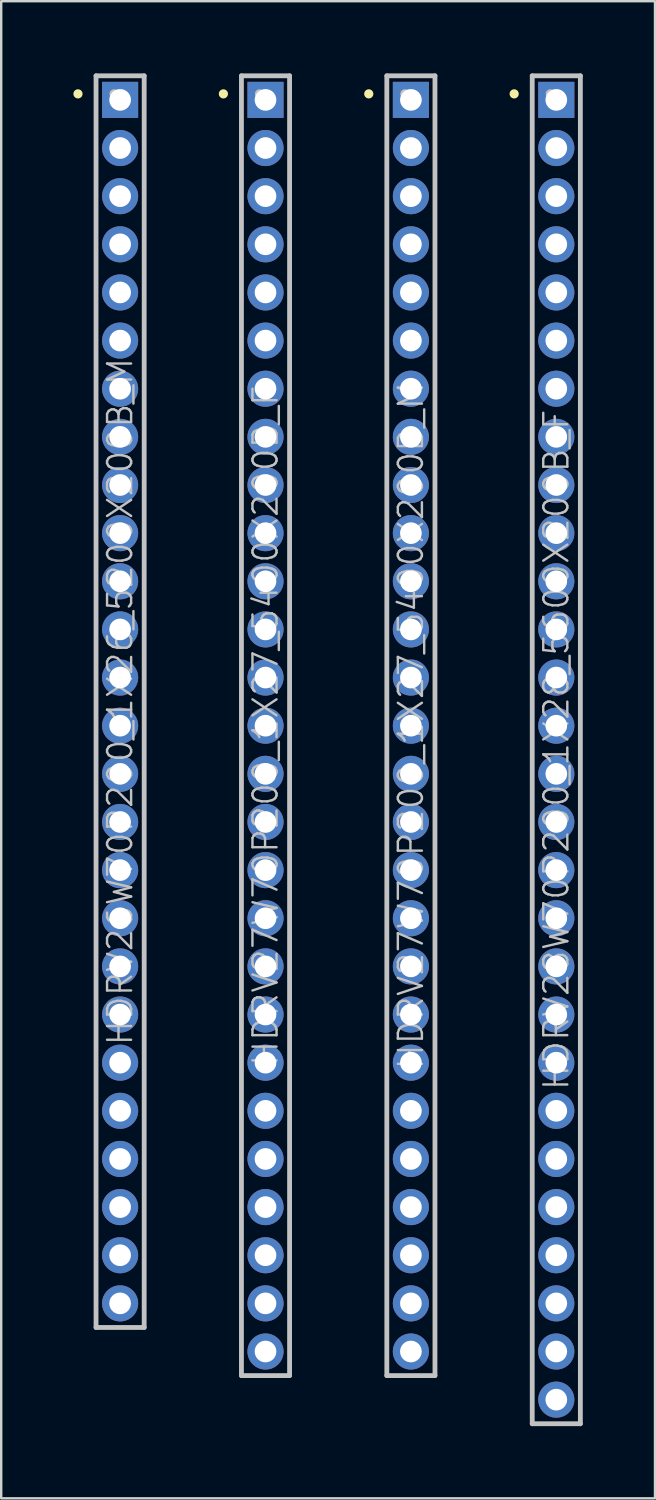
<source format=kicad_pcb>
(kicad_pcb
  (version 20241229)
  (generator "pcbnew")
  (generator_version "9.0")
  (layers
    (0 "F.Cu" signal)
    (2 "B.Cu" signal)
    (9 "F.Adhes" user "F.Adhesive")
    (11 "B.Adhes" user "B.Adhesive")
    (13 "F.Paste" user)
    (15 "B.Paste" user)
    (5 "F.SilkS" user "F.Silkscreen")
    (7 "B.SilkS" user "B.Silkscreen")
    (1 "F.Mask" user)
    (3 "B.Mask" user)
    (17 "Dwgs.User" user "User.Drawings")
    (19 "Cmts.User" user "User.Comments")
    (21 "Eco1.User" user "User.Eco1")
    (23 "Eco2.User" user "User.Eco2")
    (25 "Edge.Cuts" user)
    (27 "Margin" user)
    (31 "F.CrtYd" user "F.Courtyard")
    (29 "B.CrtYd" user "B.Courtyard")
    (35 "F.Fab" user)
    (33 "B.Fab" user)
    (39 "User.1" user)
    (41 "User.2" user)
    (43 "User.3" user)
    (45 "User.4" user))
  (footprint "HDRV28W70P200_1X28_5600X200B_F"
    (layer "F.Cu")
    (at 20.062 28.1)
    (property "Reference" "HDRV28W70P200_1X28_5600X200B_F" (at 0 0 90) (layer "Dwgs.User") (effects (font (size 1 1) (thickness 0.1))))
    (attr through_hole)
    (fp_line (start -1.75 -27.25) (end -1.75 -27.25) (stroke (width 0.381) (type solid)) (layer "F.SilkS"))
    (fp_line (start -1 -28) (end -1 28) (stroke (width 0.2) (type solid)) (layer "Dwgs.User"))
    (fp_line (start -1 -28) (end 1 -28) (stroke (width 0.2) (type solid)) (layer "Dwgs.User"))
    (fp_line (start -1 28) (end 1 28) (stroke (width 0.2) (type solid)) (layer "Dwgs.User"))
    (fp_line (start -0.25 -27.25) (end -0.25 -27.25) (stroke (width 0.381) (type solid)) (layer "Dwgs.User"))
    (fp_line (start 1 -28) (end 1 28) (stroke (width 0.2) (type solid)) (layer "Dwgs.User"))
    (pad "1" thru_hole rect (at 0 -27) (size 1.5 1.5) (drill 0.9) (layers "*.Cu" "*.Mask"))
    (pad "2" thru_hole circle (at 0 -25 270) (size 1.5 1.5) (drill 0.9) (layers "*.Cu" "*.Mask"))
    (pad "3" thru_hole circle (at 0 -23 270) (size 1.5 1.5) (drill 0.9) (layers "*.Cu" "*.Mask"))
    (pad "4" thru_hole circle (at 0 -21 270) (size 1.5 1.5) (drill 0.9) (layers "*.Cu" "*.Mask"))
    (pad "5" thru_hole circle (at 0 -19 270) (size 1.5 1.5) (drill 0.9) (layers "*.Cu" "*.Mask"))
    (pad "6" thru_hole circle (at 0 -17 270) (size 1.5 1.5) (drill 0.9) (layers "*.Cu" "*.Mask"))
    (pad "7" thru_hole circle (at 0 -15 270) (size 1.5 1.5) (drill 0.9) (layers "*.Cu" "*.Mask"))
    (pad "8" thru_hole circle (at 0 -13 270) (size 1.5 1.5) (drill 0.9) (layers "*.Cu" "*.Mask"))
    (pad "9" thru_hole circle (at 0 -11 270) (size 1.5 1.5) (drill 0.9) (layers "*.Cu" "*.Mask"))
    (pad "10" thru_hole circle (at 0 -9 270) (size 1.5 1.5) (drill 0.9) (layers "*.Cu" "*.Mask"))
    (pad "11" thru_hole circle (at 0 -7 270) (size 1.5 1.5) (drill 0.9) (layers "*.Cu" "*.Mask"))
    (pad "12" thru_hole circle (at 0 -5 270) (size 1.5 1.5) (drill 0.9) (layers "*.Cu" "*.Mask"))
    (pad "13" thru_hole circle (at 0 -3 270) (size 1.5 1.5) (drill 0.9) (layers "*.Cu" "*.Mask"))
    (pad "14" thru_hole circle (at 0 -1 270) (size 1.5 1.5) (drill 0.9) (layers "*.Cu" "*.Mask"))
    (pad "15" thru_hole circle (at 0 1 270) (size 1.5 1.5) (drill 0.9) (layers "*.Cu" "*.Mask"))
    (pad "16" thru_hole circle (at 0 3 270) (size 1.5 1.5) (drill 0.9) (layers "*.Cu" "*.Mask"))
    (pad "17" thru_hole circle (at 0 5 270) (size 1.5 1.5) (drill 0.9) (layers "*.Cu" "*.Mask"))
    (pad "18" thru_hole circle (at 0 7 270) (size 1.5 1.5) (drill 0.9) (layers "*.Cu" "*.Mask"))
    (pad "19" thru_hole circle (at 0 9 270) (size 1.5 1.5) (drill 0.9) (layers "*.Cu" "*.Mask"))
    (pad "20" thru_hole circle (at 0 11 270) (size 1.5 1.5) (drill 0.9) (layers "*.Cu" "*.Mask"))
    (pad "21" thru_hole circle (at 0 13 270) (size 1.5 1.5) (drill 0.9) (layers "*.Cu" "*.Mask"))
    (pad "22" thru_hole circle (at 0 15 270) (size 1.5 1.5) (drill 0.9) (layers "*.Cu" "*.Mask"))
    (pad "23" thru_hole circle (at 0 17 270) (size 1.5 1.5) (drill 0.9) (layers "*.Cu" "*.Mask"))
    (pad "24" thru_hole circle (at 0 19 270) (size 1.5 1.5) (drill 0.9) (layers "*.Cu" "*.Mask"))
    (pad "25" thru_hole circle (at 0 21 270) (size 1.5 1.5) (drill 0.9) (layers "*.Cu" "*.Mask"))
    (pad "26" thru_hole circle (at 0 23 270) (size 1.5 1.5) (drill 0.9) (layers "*.Cu" "*.Mask"))
    (pad "27" thru_hole circle (at 0 25 270) (size 1.5 1.5) (drill 0.9) (layers "*.Cu" "*.Mask"))
    (pad "28" thru_hole circle (at 0 27 270) (size 1.5 1.5) (drill 0.9) (layers "*.Cu" "*.Mask")))
  (footprint "HDRV26W70P200_1X26_5200X200B_M"
    (layer "F.Cu")
    (at 1.94 26.1)
    (property "Reference" "HDRV26W70P200_1X26_5200X200B_M" (at 0 0 90) (layer "Dwgs.User") (effects (font (size 1 1) (thickness 0.1))))
    (attr through_hole)
    (fp_line (start -1.75 -25.25) (end -1.75 -25.25) (stroke (width 0.381) (type solid)) (layer "F.SilkS"))
    (fp_line (start -1 -26) (end -1 26) (stroke (width 0.2) (type solid)) (layer "Dwgs.User"))
    (fp_line (start -1 -26) (end 1 -26) (stroke (width 0.2) (type solid)) (layer "Dwgs.User"))
    (fp_line (start -1 26) (end 1 26) (stroke (width 0.2) (type solid)) (layer "Dwgs.User"))
    (fp_line (start -0.25 -25.25) (end -0.25 -25.25) (stroke (width 0.381) (type solid)) (layer "Dwgs.User"))
    (fp_line (start 1 -26) (end 1 26) (stroke (width 0.2) (type solid)) (layer "Dwgs.User"))
    (pad "1" thru_hole rect (at 0 -25) (size 1.5 1.5) (drill 0.9) (layers "*.Cu" "*.Mask"))
    (pad "2" thru_hole circle (at 0 -23 270) (size 1.5 1.5) (drill 0.9) (layers "*.Cu" "*.Mask"))
    (pad "3" thru_hole circle (at 0 -21 270) (size 1.5 1.5) (drill 0.9) (layers "*.Cu" "*.Mask"))
    (pad "4" thru_hole circle (at 0 -19 270) (size 1.5 1.5) (drill 0.9) (layers "*.Cu" "*.Mask"))
    (pad "5" thru_hole circle (at 0 -17 270) (size 1.5 1.5) (drill 0.9) (layers "*.Cu" "*.Mask"))
    (pad "6" thru_hole circle (at 0 -15 270) (size 1.5 1.5) (drill 0.9) (layers "*.Cu" "*.Mask"))
    (pad "7" thru_hole circle (at 0 -13 270) (size 1.5 1.5) (drill 0.9) (layers "*.Cu" "*.Mask"))
    (pad "8" thru_hole circle (at 0 -11 270) (size 1.5 1.5) (drill 0.9) (layers "*.Cu" "*.Mask"))
    (pad "9" thru_hole circle (at 0 -9 270) (size 1.5 1.5) (drill 0.9) (layers "*.Cu" "*.Mask"))
    (pad "10" thru_hole circle (at 0 -7 270) (size 1.5 1.5) (drill 0.9) (layers "*.Cu" "*.Mask"))
    (pad "11" thru_hole circle (at 0 -5 270) (size 1.5 1.5) (drill 0.9) (layers "*.Cu" "*.Mask"))
    (pad "12" thru_hole circle (at 0 -3 270) (size 1.5 1.5) (drill 0.9) (layers "*.Cu" "*.Mask"))
    (pad "13" thru_hole circle (at 0 -1 270) (size 1.5 1.5) (drill 0.9) (layers "*.Cu" "*.Mask"))
    (pad "14" thru_hole circle (at 0 1 270) (size 1.5 1.5) (drill 0.9) (layers "*.Cu" "*.Mask"))
    (pad "15" thru_hole circle (at 0 3 270) (size 1.5 1.5) (drill 0.9) (layers "*.Cu" "*.Mask"))
    (pad "16" thru_hole circle (at 0 5 270) (size 1.5 1.5) (drill 0.9) (layers "*.Cu" "*.Mask"))
    (pad "17" thru_hole circle (at 0 7 270) (size 1.5 1.5) (drill 0.9) (layers "*.Cu" "*.Mask"))
    (pad "18" thru_hole circle (at 0 9 270) (size 1.5 1.5) (drill 0.9) (layers "*.Cu" "*.Mask"))
    (pad "19" thru_hole circle (at 0 11 270) (size 1.5 1.5) (drill 0.9) (layers "*.Cu" "*.Mask"))
    (pad "20" thru_hole circle (at 0 13 270) (size 1.5 1.5) (drill 0.9) (layers "*.Cu" "*.Mask"))
    (pad "21" thru_hole circle (at 0 15 270) (size 1.5 1.5) (drill 0.9) (layers "*.Cu" "*.Mask"))
    (pad "22" thru_hole circle (at 0 17 270) (size 1.5 1.5) (drill 0.9) (layers "*.Cu" "*.Mask"))
    (pad "23" thru_hole circle (at 0 19 270) (size 1.5 1.5) (drill 0.9) (layers "*.Cu" "*.Mask"))
    (pad "24" thru_hole circle (at 0 21 270) (size 1.5 1.5) (drill 0.9) (layers "*.Cu" "*.Mask"))
    (pad "25" thru_hole circle (at 0 23 270) (size 1.5 1.5) (drill 0.9) (layers "*.Cu" "*.Mask"))
    (pad "26" thru_hole circle (at 0 25 270) (size 1.5 1.5) (drill 0.9) (layers "*.Cu" "*.Mask")))
  (footprint "HDRV27W70P200_1X27_5400X200B_M"
    (layer "F.Cu")
    (at 14.021 27.1)
    (property "Reference" "HDRV27W70P200_1X27_5400X200B_M" (at 0 0 90) (layer "Dwgs.User") (effects (font (size 1 1) (thickness 0.1))))
    (attr through_hole)
    (fp_line (start -1.75 -26.25) (end -1.75 -26.25) (stroke (width 0.381) (type solid)) (layer "F.SilkS"))
    (fp_line (start -1 -27) (end -1 27) (stroke (width 0.2) (type solid)) (layer "Dwgs.User"))
    (fp_line (start -1 -27) (end 1 -27) (stroke (width 0.2) (type solid)) (layer "Dwgs.User"))
    (fp_line (start -1 27) (end 1 27) (stroke (width 0.2) (type solid)) (layer "Dwgs.User"))
    (fp_line (start -0.25 -26.25) (end -0.25 -26.25) (stroke (width 0.381) (type solid)) (layer "Dwgs.User"))
    (fp_line (start 1 -27) (end 1 27) (stroke (width 0.2) (type solid)) (layer "Dwgs.User"))
    (pad "1" thru_hole rect (at 0 -26) (size 1.5 1.5) (drill 0.9) (layers "*.Cu" "*.Mask"))
    (pad "2" thru_hole circle (at 0 -24 270) (size 1.5 1.5) (drill 0.9) (layers "*.Cu" "*.Mask"))
    (pad "3" thru_hole circle (at 0 -22 270) (size 1.5 1.5) (drill 0.9) (layers "*.Cu" "*.Mask"))
    (pad "4" thru_hole circle (at 0 -20 270) (size 1.5 1.5) (drill 0.9) (layers "*.Cu" "*.Mask"))
    (pad "5" thru_hole circle (at 0 -18 270) (size 1.5 1.5) (drill 0.9) (layers "*.Cu" "*.Mask"))
    (pad "6" thru_hole circle (at 0 -16 270) (size 1.5 1.5) (drill 0.9) (layers "*.Cu" "*.Mask"))
    (pad "7" thru_hole circle (at 0 -14 270) (size 1.5 1.5) (drill 0.9) (layers "*.Cu" "*.Mask"))
    (pad "8" thru_hole circle (at 0 -12 270) (size 1.5 1.5) (drill 0.9) (layers "*.Cu" "*.Mask"))
    (pad "9" thru_hole circle (at 0 -10 270) (size 1.5 1.5) (drill 0.9) (layers "*.Cu" "*.Mask"))
    (pad "10" thru_hole circle (at 0 -8 270) (size 1.5 1.5) (drill 0.9) (layers "*.Cu" "*.Mask"))
    (pad "11" thru_hole circle (at 0 -6 270) (size 1.5 1.5) (drill 0.9) (layers "*.Cu" "*.Mask"))
    (pad "12" thru_hole circle (at 0 -4 270) (size 1.5 1.5) (drill 0.9) (layers "*.Cu" "*.Mask"))
    (pad "13" thru_hole circle (at 0 -2 270) (size 1.5 1.5) (drill 0.9) (layers "*.Cu" "*.Mask"))
    (pad "14" thru_hole circle (at 0 0 270) (size 1.5 1.5) (drill 0.9) (layers "*.Cu" "*.Mask"))
    (pad "15" thru_hole circle (at 0 2 270) (size 1.5 1.5) (drill 0.9) (layers "*.Cu" "*.Mask"))
    (pad "16" thru_hole circle (at 0 4 270) (size 1.5 1.5) (drill 0.9) (layers "*.Cu" "*.Mask"))
    (pad "17" thru_hole circle (at 0 6 270) (size 1.5 1.5) (drill 0.9) (layers "*.Cu" "*.Mask"))
    (pad "18" thru_hole circle (at 0 8 270) (size 1.5 1.5) (drill 0.9) (layers "*.Cu" "*.Mask"))
    (pad "19" thru_hole circle (at 0 10 270) (size 1.5 1.5) (drill 0.9) (layers "*.Cu" "*.Mask"))
    (pad "20" thru_hole circle (at 0 12 270) (size 1.5 1.5) (drill 0.9) (layers "*.Cu" "*.Mask"))
    (pad "21" thru_hole circle (at 0 14 270) (size 1.5 1.5) (drill 0.9) (layers "*.Cu" "*.Mask"))
    (pad "22" thru_hole circle (at 0 16 270) (size 1.5 1.5) (drill 0.9) (layers "*.Cu" "*.Mask"))
    (pad "23" thru_hole circle (at 0 18 270) (size 1.5 1.5) (drill 0.9) (layers "*.Cu" "*.Mask"))
    (pad "24" thru_hole circle (at 0 20 270) (size 1.5 1.5) (drill 0.9) (layers "*.Cu" "*.Mask"))
    (pad "25" thru_hole circle (at 0 22 270) (size 1.5 1.5) (drill 0.9) (layers "*.Cu" "*.Mask"))
    (pad "26" thru_hole circle (at 0 24 270) (size 1.5 1.5) (drill 0.9) (layers "*.Cu" "*.Mask"))
    (pad "27" thru_hole circle (at 0 26 270) (size 1.5 1.5) (drill 0.9) (layers "*.Cu" "*.Mask")))
  (footprint "HDRV27W70P200_1X27_5400X200B_F"
    (layer "F.Cu")
    (at 7.981 27.1)
    (property "Reference" "HDRV27W70P200_1X27_5400X200B_F" (at 0 0 90) (layer "Dwgs.User") (effects (font (size 1 1) (thickness 0.1))))
    (attr through_hole)
    (fp_line (start -1.75 -26.25) (end -1.75 -26.25) (stroke (width 0.381) (type solid)) (layer "F.SilkS"))
    (fp_line (start -1 -27) (end -1 27) (stroke (width 0.2) (type solid)) (layer "Dwgs.User"))
    (fp_line (start -1 -27) (end 1 -27) (stroke (width 0.2) (type solid)) (layer "Dwgs.User"))
    (fp_line (start -1 27) (end 1 27) (stroke (width 0.2) (type solid)) (layer "Dwgs.User"))
    (fp_line (start -0.25 -26.25) (end -0.25 -26.25) (stroke (width 0.381) (type solid)) (layer "Dwgs.User"))
    (fp_line (start 1 -27) (end 1 27) (stroke (width 0.2) (type solid)) (layer "Dwgs.User"))
    (pad "1" thru_hole rect (at 0 -26) (size 1.5 1.5) (drill 0.9) (layers "*.Cu" "*.Mask"))
    (pad "2" thru_hole circle (at 0 -24 270) (size 1.5 1.5) (drill 0.9) (layers "*.Cu" "*.Mask"))
    (pad "3" thru_hole circle (at 0 -22 270) (size 1.5 1.5) (drill 0.9) (layers "*.Cu" "*.Mask"))
    (pad "4" thru_hole circle (at 0 -20 270) (size 1.5 1.5) (drill 0.9) (layers "*.Cu" "*.Mask"))
    (pad "5" thru_hole circle (at 0 -18 270) (size 1.5 1.5) (drill 0.9) (layers "*.Cu" "*.Mask"))
    (pad "6" thru_hole circle (at 0 -16 270) (size 1.5 1.5) (drill 0.9) (layers "*.Cu" "*.Mask"))
    (pad "7" thru_hole circle (at 0 -14 270) (size 1.5 1.5) (drill 0.9) (layers "*.Cu" "*.Mask"))
    (pad "8" thru_hole circle (at 0 -12 270) (size 1.5 1.5) (drill 0.9) (layers "*.Cu" "*.Mask"))
    (pad "9" thru_hole circle (at 0 -10 270) (size 1.5 1.5) (drill 0.9) (layers "*.Cu" "*.Mask"))
    (pad "10" thru_hole circle (at 0 -8 270) (size 1.5 1.5) (drill 0.9) (layers "*.Cu" "*.Mask"))
    (pad "11" thru_hole circle (at 0 -6 270) (size 1.5 1.5) (drill 0.9) (layers "*.Cu" "*.Mask"))
    (pad "12" thru_hole circle (at 0 -4 270) (size 1.5 1.5) (drill 0.9) (layers "*.Cu" "*.Mask"))
    (pad "13" thru_hole circle (at 0 -2 270) (size 1.5 1.5) (drill 0.9) (layers "*.Cu" "*.Mask"))
    (pad "14" thru_hole circle (at 0 0 270) (size 1.5 1.5) (drill 0.9) (layers "*.Cu" "*.Mask"))
    (pad "15" thru_hole circle (at 0 2 270) (size 1.5 1.5) (drill 0.9) (layers "*.Cu" "*.Mask"))
    (pad "16" thru_hole circle (at 0 4 270) (size 1.5 1.5) (drill 0.9) (layers "*.Cu" "*.Mask"))
    (pad "17" thru_hole circle (at 0 6 270) (size 1.5 1.5) (drill 0.9) (layers "*.Cu" "*.Mask"))
    (pad "18" thru_hole circle (at 0 8 270) (size 1.5 1.5) (drill 0.9) (layers "*.Cu" "*.Mask"))
    (pad "19" thru_hole circle (at 0 10 270) (size 1.5 1.5) (drill 0.9) (layers "*.Cu" "*.Mask"))
    (pad "20" thru_hole circle (at 0 12 270) (size 1.5 1.5) (drill 0.9) (layers "*.Cu" "*.Mask"))
    (pad "21" thru_hole circle (at 0 14 270) (size 1.5 1.5) (drill 0.9) (layers "*.Cu" "*.Mask"))
    (pad "22" thru_hole circle (at 0 16 270) (size 1.5 1.5) (drill 0.9) (layers "*.Cu" "*.Mask"))
    (pad "23" thru_hole circle (at 0 18 270) (size 1.5 1.5) (drill 0.9) (layers "*.Cu" "*.Mask"))
    (pad "24" thru_hole circle (at 0 20 270) (size 1.5 1.5) (drill 0.9) (layers "*.Cu" "*.Mask"))
    (pad "25" thru_hole circle (at 0 22 270) (size 1.5 1.5) (drill 0.9) (layers "*.Cu" "*.Mask"))
    (pad "26" thru_hole circle (at 0 24 270) (size 1.5 1.5) (drill 0.9) (layers "*.Cu" "*.Mask"))
    (pad "27" thru_hole circle (at 0 26 270) (size 1.5 1.5) (drill 0.9) (layers "*.Cu" "*.Mask")))
  (gr_rect
    (start -3 -3)
    (end 24.162 59.2)
    (stroke (width 0.1) (type default))
    (fill no)
    (layer "Edge.Cuts")))
</source>
